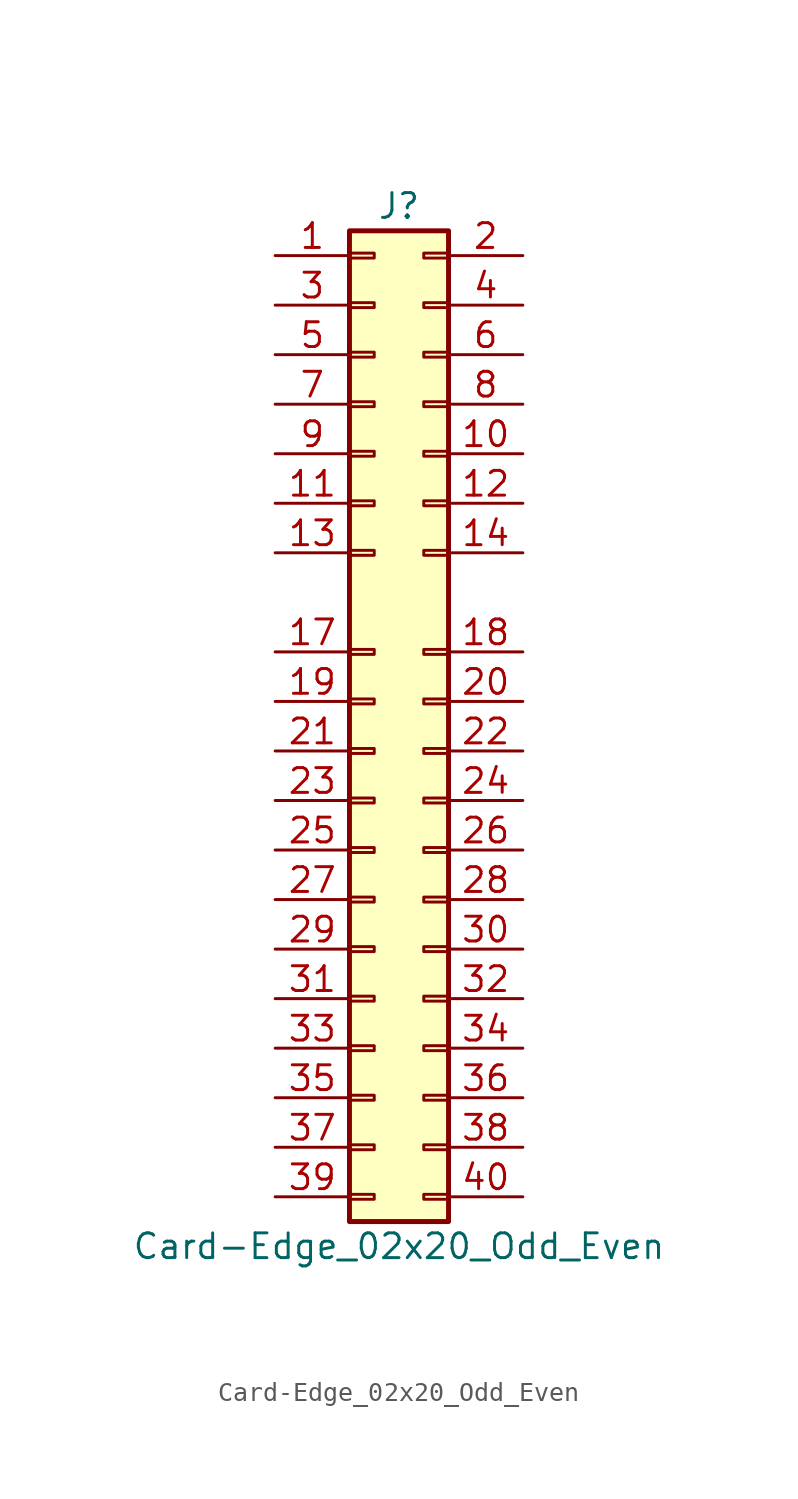
<source format=kicad_sym>
(kicad_symbol_lib
  (version 20241209)
  (generator "kicad_symbol_editor")
  (generator_version "9.0")
  (symbol "Card-Edge_02x20_Odd_Even"
    (pin_names
      (offset 1.016)
      (hide yes))
    (property "Reference" "J"
      (at 1.27 25.4 0)
      (effects (font (size 1.27 1.27))))
    (property "Value" "Card-Edge_02x20_Odd_Even"
      (at 1.27 -27.94 0)
      (effects (font (size 1.27 1.27))))
    (symbol "Card-Edge_02x20_Odd_Even_1_1"
      (rectangle (start -1.27 24.13) (end 3.81 -26.67) (stroke (width 0.254) (type solid)) (fill (type background)))
      (rectangle (start -1.27 22.987) (end 0 22.733) (stroke (width 0.152) (type solid)) (fill (type none)))
      (rectangle (start -1.27 20.447) (end 0 20.193) (stroke (width 0.152) (type solid)) (fill (type none)))
      (rectangle (start -1.27 17.907) (end 0 17.653) (stroke (width 0.152) (type solid)) (fill (type none)))
      (rectangle (start -1.27 15.367) (end 0 15.113) (stroke (width 0.152) (type solid)) (fill (type none)))
      (rectangle (start -1.27 12.827) (end 0 12.573) (stroke (width 0.152) (type solid)) (fill (type none)))
      (rectangle (start -1.27 10.287) (end 0 10.033) (stroke (width 0.152) (type solid)) (fill (type none)))
      (rectangle (start -1.27 7.747) (end 0 7.493) (stroke (width 0.152) (type solid)) (fill (type none)))
      (rectangle (start -1.27 2.667) (end 0 2.413) (stroke (width 0.152) (type solid)) (fill (type none)))
      (rectangle (start -1.27 0.127) (end 0 -0.127) (stroke (width 0.152) (type solid)) (fill (type none)))
      (rectangle (start -1.27 -2.413) (end 0 -2.667) (stroke (width 0.152) (type solid)) (fill (type none)))
      (rectangle (start -1.27 -4.953) (end 0 -5.207) (stroke (width 0.152) (type solid)) (fill (type none)))
      (rectangle (start -1.27 -7.493) (end 0 -7.747) (stroke (width 0.152) (type solid)) (fill (type none)))
      (rectangle (start -1.27 -10.033) (end 0 -10.287) (stroke (width 0.152) (type solid)) (fill (type none)))
      (rectangle (start -1.27 -12.573) (end 0 -12.827) (stroke (width 0.152) (type solid)) (fill (type none)))
      (rectangle (start -1.27 -15.113) (end 0 -15.367) (stroke (width 0.152) (type solid)) (fill (type none)))
      (rectangle (start -1.27 -17.653) (end 0 -17.907) (stroke (width 0.152) (type solid)) (fill (type none)))
      (rectangle (start -1.27 -20.193) (end 0 -20.447) (stroke (width 0.152) (type solid)) (fill (type none)))
      (rectangle (start -1.27 -22.733) (end 0 -22.987) (stroke (width 0.152) (type solid)) (fill (type none)))
      (rectangle (start -1.27 -25.273) (end 0 -25.527) (stroke (width 0.152) (type solid)) (fill (type none)))
      (rectangle (start 3.81 22.987) (end 2.54 22.733) (stroke (width 0.152) (type solid)) (fill (type none)))
      (rectangle (start 3.81 20.447) (end 2.54 20.193) (stroke (width 0.152) (type solid)) (fill (type none)))
      (rectangle (start 3.81 17.907) (end 2.54 17.653) (stroke (width 0.152) (type solid)) (fill (type none)))
      (rectangle (start 3.81 15.367) (end 2.54 15.113) (stroke (width 0.152) (type solid)) (fill (type none)))
      (rectangle (start 3.81 12.827) (end 2.54 12.573) (stroke (width 0.152) (type solid)) (fill (type none)))
      (rectangle (start 3.81 10.287) (end 2.54 10.033) (stroke (width 0.152) (type solid)) (fill (type none)))
      (rectangle (start 3.81 7.747) (end 2.54 7.493) (stroke (width 0.152) (type solid)) (fill (type none)))
      (rectangle (start 3.81 2.667) (end 2.54 2.413) (stroke (width 0.152) (type solid)) (fill (type none)))
      (rectangle (start 3.81 0.127) (end 2.54 -0.127) (stroke (width 0.152) (type solid)) (fill (type none)))
      (rectangle (start 3.81 -2.413) (end 2.54 -2.667) (stroke (width 0.152) (type solid)) (fill (type none)))
      (rectangle (start 3.81 -4.953) (end 2.54 -5.207) (stroke (width 0.152) (type solid)) (fill (type none)))
      (rectangle (start 3.81 -7.493) (end 2.54 -7.747) (stroke (width 0.152) (type solid)) (fill (type none)))
      (rectangle (start 3.81 -10.033) (end 2.54 -10.287) (stroke (width 0.152) (type solid)) (fill (type none)))
      (rectangle (start 3.81 -12.573) (end 2.54 -12.827) (stroke (width 0.152) (type solid)) (fill (type none)))
      (rectangle (start 3.81 -15.113) (end 2.54 -15.367) (stroke (width 0.152) (type solid)) (fill (type none)))
      (rectangle (start 3.81 -17.653) (end 2.54 -17.907) (stroke (width 0.152) (type solid)) (fill (type none)))
      (rectangle (start 3.81 -20.193) (end 2.54 -20.447) (stroke (width 0.152) (type solid)) (fill (type none)))
      (rectangle (start 3.81 -22.733) (end 2.54 -22.987) (stroke (width 0.152) (type solid)) (fill (type none)))
      (rectangle (start 3.81 -25.273) (end 2.54 -25.527) (stroke (width 0.152) (type solid)) (fill (type none)))
      (pin passive line (at -5.08 22.86 0) (length 3.81) (name "Pin_1" (effects (font (size 1.27 1.27)))) (number "1" (effects (font (size 1.27 1.27)))))
      (pin passive line (at -5.08 20.32 0) (length 3.81) (name "Pin_3" (effects (font (size 1.27 1.27)))) (number "3" (effects (font (size 1.27 1.27)))))
      (pin passive line (at -5.08 17.78 0) (length 3.81) (name "Pin_5" (effects (font (size 1.27 1.27)))) (number "5" (effects (font (size 1.27 1.27)))))
      (pin passive line (at -5.08 15.24 0) (length 3.81) (name "Pin_7" (effects (font (size 1.27 1.27)))) (number "7" (effects (font (size 1.27 1.27)))))
      (pin passive line (at -5.08 12.7 0) (length 3.81) (name "Pin_9" (effects (font (size 1.27 1.27)))) (number "9" (effects (font (size 1.27 1.27)))))
      (pin passive line (at -5.08 10.16 0) (length 3.81) (name "Pin_11" (effects (font (size 1.27 1.27)))) (number "11" (effects (font (size 1.27 1.27)))))
      (pin passive line (at -5.08 7.62 0) (length 3.81) (name "Pin_13" (effects (font (size 1.27 1.27)))) (number "13" (effects (font (size 1.27 1.27)))))
      (pin passive line (at -5.08 2.54 0) (length 3.81) (name "Pin_17" (effects (font (size 1.27 1.27)))) (number "17" (effects (font (size 1.27 1.27)))))
      (pin passive line (at -5.08 0 0) (length 3.81) (name "Pin_19" (effects (font (size 1.27 1.27)))) (number "19" (effects (font (size 1.27 1.27)))))
      (pin passive line (at -5.08 -2.54 0) (length 3.81) (name "Pin_21" (effects (font (size 1.27 1.27)))) (number "21" (effects (font (size 1.27 1.27)))))
      (pin passive line (at -5.08 -5.08 0) (length 3.81) (name "Pin_23" (effects (font (size 1.27 1.27)))) (number "23" (effects (font (size 1.27 1.27)))))
      (pin passive line (at -5.08 -7.62 0) (length 3.81) (name "Pin_25" (effects (font (size 1.27 1.27)))) (number "25" (effects (font (size 1.27 1.27)))))
      (pin passive line (at -5.08 -10.16 0) (length 3.81) (name "Pin_27" (effects (font (size 1.27 1.27)))) (number "27" (effects (font (size 1.27 1.27)))))
      (pin passive line (at -5.08 -12.7 0) (length 3.81) (name "Pin_29" (effects (font (size 1.27 1.27)))) (number "29" (effects (font (size 1.27 1.27)))))
      (pin passive line (at -5.08 -15.24 0) (length 3.81) (name "Pin_31" (effects (font (size 1.27 1.27)))) (number "31" (effects (font (size 1.27 1.27)))))
      (pin passive line (at -5.08 -17.78 0) (length 3.81) (name "Pin_33" (effects (font (size 1.27 1.27)))) (number "33" (effects (font (size 1.27 1.27)))))
      (pin passive line (at -5.08 -20.32 0) (length 3.81) (name "Pin_35" (effects (font (size 1.27 1.27)))) (number "35" (effects (font (size 1.27 1.27)))))
      (pin passive line (at -5.08 -22.86 0) (length 3.81) (name "Pin_37" (effects (font (size 1.27 1.27)))) (number "37" (effects (font (size 1.27 1.27)))))
      (pin passive line (at -5.08 -25.4 0) (length 3.81) (name "Pin_39" (effects (font (size 1.27 1.27)))) (number "39" (effects (font (size 1.27 1.27)))))
      (pin passive line (at 7.62 22.86 180) (length 3.81) (name "Pin_2" (effects (font (size 1.27 1.27)))) (number "2" (effects (font (size 1.27 1.27)))))
      (pin passive line (at 7.62 20.32 180) (length 3.81) (name "Pin_4" (effects (font (size 1.27 1.27)))) (number "4" (effects (font (size 1.27 1.27)))))
      (pin passive line (at 7.62 17.78 180) (length 3.81) (name "Pin_6" (effects (font (size 1.27 1.27)))) (number "6" (effects (font (size 1.27 1.27)))))
      (pin passive line (at 7.62 15.24 180) (length 3.81) (name "Pin_8" (effects (font (size 1.27 1.27)))) (number "8" (effects (font (size 1.27 1.27)))))
      (pin passive line (at 7.62 12.7 180) (length 3.81) (name "Pin_10" (effects (font (size 1.27 1.27)))) (number "10" (effects (font (size 1.27 1.27)))))
      (pin passive line (at 7.62 10.16 180) (length 3.81) (name "Pin_12" (effects (font (size 1.27 1.27)))) (number "12" (effects (font (size 1.27 1.27)))))
      (pin passive line (at 7.62 7.62 180) (length 3.81) (name "Pin_14" (effects (font (size 1.27 1.27)))) (number "14" (effects (font (size 1.27 1.27)))))
      (pin passive line (at 7.62 2.54 180) (length 3.81) (name "Pin_18" (effects (font (size 1.27 1.27)))) (number "18" (effects (font (size 1.27 1.27)))))
      (pin passive line (at 7.62 0 180) (length 3.81) (name "Pin_20" (effects (font (size 1.27 1.27)))) (number "20" (effects (font (size 1.27 1.27)))))
      (pin passive line (at 7.62 -2.54 180) (length 3.81) (name "Pin_22" (effects (font (size 1.27 1.27)))) (number "22" (effects (font (size 1.27 1.27)))))
      (pin passive line (at 7.62 -5.08 180) (length 3.81) (name "Pin_24" (effects (font (size 1.27 1.27)))) (number "24" (effects (font (size 1.27 1.27)))))
      (pin passive line (at 7.62 -7.62 180) (length 3.81) (name "Pin_26" (effects (font (size 1.27 1.27)))) (number "26" (effects (font (size 1.27 1.27)))))
      (pin passive line (at 7.62 -10.16 180) (length 3.81) (name "Pin_28" (effects (font (size 1.27 1.27)))) (number "28" (effects (font (size 1.27 1.27)))))
      (pin passive line (at 7.62 -12.7 180) (length 3.81) (name "Pin_30" (effects (font (size 1.27 1.27)))) (number "30" (effects (font (size 1.27 1.27)))))
      (pin passive line (at 7.62 -15.24 180) (length 3.81) (name "Pin_32" (effects (font (size 1.27 1.27)))) (number "32" (effects (font (size 1.27 1.27)))))
      (pin passive line (at 7.62 -17.78 180) (length 3.81) (name "Pin_34" (effects (font (size 1.27 1.27)))) (number "34" (effects (font (size 1.27 1.27)))))
      (pin passive line (at 7.62 -20.32 180) (length 3.81) (name "Pin_36" (effects (font (size 1.27 1.27)))) (number "36" (effects (font (size 1.27 1.27)))))
      (pin passive line (at 7.62 -22.86 180) (length 3.81) (name "Pin_38" (effects (font (size 1.27 1.27)))) (number "38" (effects (font (size 1.27 1.27)))))
      (pin passive line (at 7.62 -25.4 180) (length 3.81) (name "Pin_40" (effects (font (size 1.27 1.27)))) (number "40" (effects (font (size 1.27 1.27))))))))
</source>
